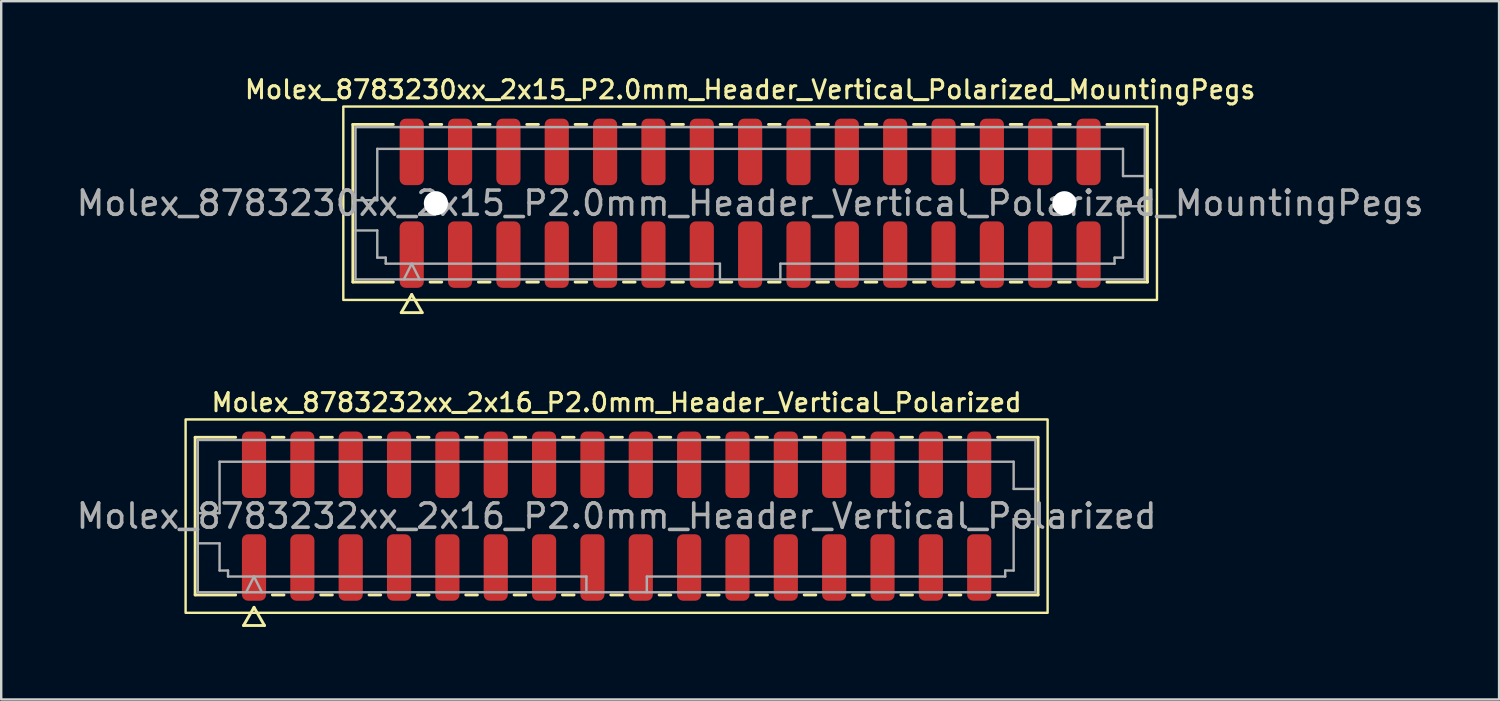
<source format=kicad_pcb>
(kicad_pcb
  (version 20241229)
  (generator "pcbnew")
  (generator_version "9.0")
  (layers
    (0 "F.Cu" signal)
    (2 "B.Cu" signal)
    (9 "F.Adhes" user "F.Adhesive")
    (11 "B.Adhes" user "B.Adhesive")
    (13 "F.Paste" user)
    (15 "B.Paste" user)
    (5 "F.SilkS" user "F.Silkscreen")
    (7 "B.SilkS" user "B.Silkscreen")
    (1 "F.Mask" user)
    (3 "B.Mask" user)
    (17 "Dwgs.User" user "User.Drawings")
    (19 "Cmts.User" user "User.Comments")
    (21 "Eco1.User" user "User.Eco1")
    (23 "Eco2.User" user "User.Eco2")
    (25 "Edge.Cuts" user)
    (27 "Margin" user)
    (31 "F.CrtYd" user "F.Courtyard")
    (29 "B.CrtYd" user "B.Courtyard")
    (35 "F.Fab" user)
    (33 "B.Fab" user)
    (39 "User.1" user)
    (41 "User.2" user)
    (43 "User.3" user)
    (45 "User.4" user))
  (footprint "Molex_8783230xx_2x15_P2.0mm_Header_Vertical_Polarized_MountingPegs"
    (layer "F.Cu")
    (at 27.982 5.358)
    (property "Reference" "Molex_8783230xx_2x15_P2.0mm_Header_Vertical_Polarized_MountingPegs" (at 0 -4.7 0) (layer "F.SilkS") (effects (font (size 0.75 0.75) (thickness 0.125))))
    (attr smd)
    (fp_line (start -16.435 -3.26) (end -14.76 -3.26) (stroke (width 0.12) (type solid)) (layer "F.SilkS"))
    (fp_line (start -16.435 3.26) (end -16.435 -3.26) (stroke (width 0.12) (type solid)) (layer "F.SilkS"))
    (fp_line (start -14.76 3.26) (end -16.435 3.26) (stroke (width 0.12) (type solid)) (layer "F.SilkS"))
    (fp_line (start -14.433 4.525) (end -14 3.775) (stroke (width 0.12) (type solid)) (layer "F.SilkS"))
    (fp_line (start -14 3.775) (end -13.567 4.525) (stroke (width 0.12) (type solid)) (layer "F.SilkS"))
    (fp_line (start -13.567 4.525) (end -14.433 4.525) (stroke (width 0.12) (type solid)) (layer "F.SilkS"))
    (fp_line (start -13.24 -3.26) (end -12.76 -3.26) (stroke (width 0.12) (type solid)) (layer "F.SilkS"))
    (fp_line (start -12.76 3.26) (end -13.24 3.26) (stroke (width 0.12) (type solid)) (layer "F.SilkS"))
    (fp_line (start -11.24 -3.26) (end -10.76 -3.26) (stroke (width 0.12) (type solid)) (layer "F.SilkS"))
    (fp_line (start -10.76 3.26) (end -11.24 3.26) (stroke (width 0.12) (type solid)) (layer "F.SilkS"))
    (fp_line (start -9.24 -3.26) (end -8.76 -3.26) (stroke (width 0.12) (type solid)) (layer "F.SilkS"))
    (fp_line (start -8.76 3.26) (end -9.24 3.26) (stroke (width 0.12) (type solid)) (layer "F.SilkS"))
    (fp_line (start -7.24 -3.26) (end -6.76 -3.26) (stroke (width 0.12) (type solid)) (layer "F.SilkS"))
    (fp_line (start -6.76 3.26) (end -7.24 3.26) (stroke (width 0.12) (type solid)) (layer "F.SilkS"))
    (fp_line (start -5.24 -3.26) (end -4.76 -3.26) (stroke (width 0.12) (type solid)) (layer "F.SilkS"))
    (fp_line (start -4.76 3.26) (end -5.24 3.26) (stroke (width 0.12) (type solid)) (layer "F.SilkS"))
    (fp_line (start -3.24 -3.26) (end -2.76 -3.26) (stroke (width 0.12) (type solid)) (layer "F.SilkS"))
    (fp_line (start -2.76 3.26) (end -3.24 3.26) (stroke (width 0.12) (type solid)) (layer "F.SilkS"))
    (fp_line (start -1.24 -3.26) (end -0.76 -3.26) (stroke (width 0.12) (type solid)) (layer "F.SilkS"))
    (fp_line (start -0.76 3.26) (end -1.24 3.26) (stroke (width 0.12) (type solid)) (layer "F.SilkS"))
    (fp_line (start 0.76 -3.26) (end 1.24 -3.26) (stroke (width 0.12) (type solid)) (layer "F.SilkS"))
    (fp_line (start 1.24 3.26) (end 0.76 3.26) (stroke (width 0.12) (type solid)) (layer "F.SilkS"))
    (fp_line (start 2.76 -3.26) (end 3.24 -3.26) (stroke (width 0.12) (type solid)) (layer "F.SilkS"))
    (fp_line (start 3.24 3.26) (end 2.76 3.26) (stroke (width 0.12) (type solid)) (layer "F.SilkS"))
    (fp_line (start 4.76 -3.26) (end 5.24 -3.26) (stroke (width 0.12) (type solid)) (layer "F.SilkS"))
    (fp_line (start 5.24 3.26) (end 4.76 3.26) (stroke (width 0.12) (type solid)) (layer "F.SilkS"))
    (fp_line (start 6.76 -3.26) (end 7.24 -3.26) (stroke (width 0.12) (type solid)) (layer "F.SilkS"))
    (fp_line (start 7.24 3.26) (end 6.76 3.26) (stroke (width 0.12) (type solid)) (layer "F.SilkS"))
    (fp_line (start 8.76 -3.26) (end 9.24 -3.26) (stroke (width 0.12) (type solid)) (layer "F.SilkS"))
    (fp_line (start 9.24 3.26) (end 8.76 3.26) (stroke (width 0.12) (type solid)) (layer "F.SilkS"))
    (fp_line (start 10.76 -3.26) (end 11.24 -3.26) (stroke (width 0.12) (type solid)) (layer "F.SilkS"))
    (fp_line (start 11.24 3.26) (end 10.76 3.26) (stroke (width 0.12) (type solid)) (layer "F.SilkS"))
    (fp_line (start 12.76 -3.26) (end 13.24 -3.26) (stroke (width 0.12) (type solid)) (layer "F.SilkS"))
    (fp_line (start 13.24 3.26) (end 12.76 3.26) (stroke (width 0.12) (type solid)) (layer "F.SilkS"))
    (fp_line (start 14.76 -3.26) (end 16.435 -3.26) (stroke (width 0.12) (type solid)) (layer "F.SilkS"))
    (fp_line (start 16.435 -3.26) (end 16.435 3.26) (stroke (width 0.12) (type solid)) (layer "F.SilkS"))
    (fp_line (start 16.435 3.26) (end 14.76 3.26) (stroke (width 0.12) (type solid)) (layer "F.SilkS"))
    (fp_rect (start -16.83 -4) (end 16.83 4) (stroke (width 0.1) (type solid)) (fill no) (layer "F.SilkS"))
    (fp_line (start -16.325 -3.15) (end 16.325 -3.15) (stroke (width 0.1) (type solid)) (layer "F.Fab"))
    (fp_line (start -16.325 -0.125) (end -15.425 -0.125) (stroke (width 0.1) (type solid)) (layer "F.Fab"))
    (fp_line (start -16.325 1.125) (end -15.425 1.125) (stroke (width 0.1) (type solid)) (layer "F.Fab"))
    (fp_line (start -16.325 3.15) (end -16.325 -3.15) (stroke (width 0.1) (type solid)) (layer "F.Fab"))
    (fp_line (start -15.425 -2.25) (end 15.425 -2.25) (stroke (width 0.1) (type solid)) (layer "F.Fab"))
    (fp_line (start -15.425 -0.125) (end -15.425 -2.25) (stroke (width 0.1) (type solid)) (layer "F.Fab"))
    (fp_line (start -15.425 1.125) (end -15.425 2.25) (stroke (width 0.1) (type solid)) (layer "F.Fab"))
    (fp_line (start -15.425 2.25) (end -15.075 2.25) (stroke (width 0.1) (type solid)) (layer "F.Fab"))
    (fp_line (start -15.075 2.25) (end -15.075 2.5) (stroke (width 0.1) (type solid)) (layer "F.Fab"))
    (fp_line (start -15.075 2.5) (end -1.25 2.5) (stroke (width 0.1) (type solid)) (layer "F.Fab"))
    (fp_line (start -14.325 3.15) (end -14 2.5) (stroke (width 0.1) (type solid)) (layer "F.Fab"))
    (fp_line (start -14 2.5) (end -13.675 3.15) (stroke (width 0.1) (type solid)) (layer "F.Fab"))
    (fp_line (start -1.25 2.5) (end -1.25 3.15) (stroke (width 0.1) (type solid)) (layer "F.Fab"))
    (fp_line (start 1.25 2.5) (end 1.25 3.15) (stroke (width 0.1) (type solid)) (layer "F.Fab"))
    (fp_line (start 1.25 2.5) (end 15.075 2.5) (stroke (width 0.1) (type solid)) (layer "F.Fab"))
    (fp_line (start 15.075 2.25) (end 15.425 2.25) (stroke (width 0.1) (type solid)) (layer "F.Fab"))
    (fp_line (start 15.075 2.5) (end 15.075 2.25) (stroke (width 0.1) (type solid)) (layer "F.Fab"))
    (fp_line (start 15.425 -2.25) (end 15.425 -1.125) (stroke (width 0.1) (type solid)) (layer "F.Fab"))
    (fp_line (start 15.425 -1.125) (end 16.325 -1.125) (stroke (width 0.1) (type solid)) (layer "F.Fab"))
    (fp_line (start 15.425 0.125) (end 16.325 0.125) (stroke (width 0.1) (type solid)) (layer "F.Fab"))
    (fp_line (start 15.425 2.25) (end 15.425 0.125) (stroke (width 0.1) (type solid)) (layer "F.Fab"))
    (fp_line (start 16.325 -3.15) (end 16.325 3.15) (stroke (width 0.1) (type solid)) (layer "F.Fab"))
    (fp_line (start 16.325 3.15) (end -16.325 3.15) (stroke (width 0.1) (type solid)) (layer "F.Fab"))
    (fp_text user "${REFERENCE}" (at 0 0 0) (layer "F.Fab") (effects (font (size 1 1) (thickness 0.15))))
    (pad "" np_thru_hole circle (at -13 0) (size 1 1) (drill 1) (layers "*.Cu" "*.Mask"))
    (pad "" np_thru_hole circle (at 13 0) (size 1 1) (drill 1) (layers "*.Cu" "*.Mask"))
    (pad "1" smd roundrect (at -14 2.125) (size 1 2.75) (layers "F.Cu" "F.Mask" "F.Paste") (roundrect_rratio 0.25))
    (pad "2" smd roundrect (at -14 -2.125) (size 1 2.75) (layers "F.Cu" "F.Mask" "F.Paste") (roundrect_rratio 0.25))
    (pad "3" smd roundrect (at -12 2.125) (size 1 2.75) (layers "F.Cu" "F.Mask" "F.Paste") (roundrect_rratio 0.25))
    (pad "4" smd roundrect (at -12 -2.125) (size 1 2.75) (layers "F.Cu" "F.Mask" "F.Paste") (roundrect_rratio 0.25))
    (pad "5" smd roundrect (at -10 2.125) (size 1 2.75) (layers "F.Cu" "F.Mask" "F.Paste") (roundrect_rratio 0.25))
    (pad "6" smd roundrect (at -10 -2.125) (size 1 2.75) (layers "F.Cu" "F.Mask" "F.Paste") (roundrect_rratio 0.25))
    (pad "7" smd roundrect (at -8 2.125) (size 1 2.75) (layers "F.Cu" "F.Mask" "F.Paste") (roundrect_rratio 0.25))
    (pad "8" smd roundrect (at -8 -2.125) (size 1 2.75) (layers "F.Cu" "F.Mask" "F.Paste") (roundrect_rratio 0.25))
    (pad "9" smd roundrect (at -6 2.125) (size 1 2.75) (layers "F.Cu" "F.Mask" "F.Paste") (roundrect_rratio 0.25))
    (pad "10" smd roundrect (at -6 -2.125) (size 1 2.75) (layers "F.Cu" "F.Mask" "F.Paste") (roundrect_rratio 0.25))
    (pad "11" smd roundrect (at -4 2.125) (size 1 2.75) (layers "F.Cu" "F.Mask" "F.Paste") (roundrect_rratio 0.25))
    (pad "12" smd roundrect (at -4 -2.125) (size 1 2.75) (layers "F.Cu" "F.Mask" "F.Paste") (roundrect_rratio 0.25))
    (pad "13" smd roundrect (at -2 2.125) (size 1 2.75) (layers "F.Cu" "F.Mask" "F.Paste") (roundrect_rratio 0.25))
    (pad "14" smd roundrect (at -2 -2.125) (size 1 2.75) (layers "F.Cu" "F.Mask" "F.Paste") (roundrect_rratio 0.25))
    (pad "15" smd roundrect (at 0 2.125) (size 1 2.75) (layers "F.Cu" "F.Mask" "F.Paste") (roundrect_rratio 0.25))
    (pad "16" smd roundrect (at 0 -2.125) (size 1 2.75) (layers "F.Cu" "F.Mask" "F.Paste") (roundrect_rratio 0.25))
    (pad "17" smd roundrect (at 2 2.125) (size 1 2.75) (layers "F.Cu" "F.Mask" "F.Paste") (roundrect_rratio 0.25))
    (pad "18" smd roundrect (at 2 -2.125) (size 1 2.75) (layers "F.Cu" "F.Mask" "F.Paste") (roundrect_rratio 0.25))
    (pad "19" smd roundrect (at 4 2.125) (size 1 2.75) (layers "F.Cu" "F.Mask" "F.Paste") (roundrect_rratio 0.25))
    (pad "20" smd roundrect (at 4 -2.125) (size 1 2.75) (layers "F.Cu" "F.Mask" "F.Paste") (roundrect_rratio 0.25))
    (pad "21" smd roundrect (at 6 2.125) (size 1 2.75) (layers "F.Cu" "F.Mask" "F.Paste") (roundrect_rratio 0.25))
    (pad "22" smd roundrect (at 6 -2.125) (size 1 2.75) (layers "F.Cu" "F.Mask" "F.Paste") (roundrect_rratio 0.25))
    (pad "23" smd roundrect (at 8 2.125) (size 1 2.75) (layers "F.Cu" "F.Mask" "F.Paste") (roundrect_rratio 0.25))
    (pad "24" smd roundrect (at 8 -2.125) (size 1 2.75) (layers "F.Cu" "F.Mask" "F.Paste") (roundrect_rratio 0.25))
    (pad "25" smd roundrect (at 10 2.125) (size 1 2.75) (layers "F.Cu" "F.Mask" "F.Paste") (roundrect_rratio 0.25))
    (pad "26" smd roundrect (at 10 -2.125) (size 1 2.75) (layers "F.Cu" "F.Mask" "F.Paste") (roundrect_rratio 0.25))
    (pad "27" smd roundrect (at 12 2.125) (size 1 2.75) (layers "F.Cu" "F.Mask" "F.Paste") (roundrect_rratio 0.25))
    (pad "28" smd roundrect (at 12 -2.125) (size 1 2.75) (layers "F.Cu" "F.Mask" "F.Paste") (roundrect_rratio 0.25))
    (pad "29" smd roundrect (at 14 2.125) (size 1 2.75) (layers "F.Cu" "F.Mask" "F.Paste") (roundrect_rratio 0.25))
    (pad "30" smd roundrect (at 14 -2.125) (size 1 2.75) (layers "F.Cu" "F.Mask" "F.Paste") (roundrect_rratio 0.25)))
  (footprint "Molex_8783232xx_2x16_P2.0mm_Header_Vertical_Polarized"
    (layer "F.Cu")
    (at 22.458 18.301)
    (property "Reference" "Molex_8783232xx_2x16_P2.0mm_Header_Vertical_Polarized" (at 0 -4.7 0) (layer "F.SilkS") (effects (font (size 0.75 0.75) (thickness 0.125))))
    (attr smd)
    (fp_line (start -17.435 -3.26) (end -15.76 -3.26) (stroke (width 0.12) (type solid)) (layer "F.SilkS"))
    (fp_line (start -17.435 3.26) (end -17.435 -3.26) (stroke (width 0.12) (type solid)) (layer "F.SilkS"))
    (fp_line (start -15.76 3.26) (end -17.435 3.26) (stroke (width 0.12) (type solid)) (layer "F.SilkS"))
    (fp_line (start -15.433 4.525) (end -15 3.775) (stroke (width 0.12) (type solid)) (layer "F.SilkS"))
    (fp_line (start -15 3.775) (end -14.567 4.525) (stroke (width 0.12) (type solid)) (layer "F.SilkS"))
    (fp_line (start -14.567 4.525) (end -15.433 4.525) (stroke (width 0.12) (type solid)) (layer "F.SilkS"))
    (fp_line (start -14.24 -3.26) (end -13.76 -3.26) (stroke (width 0.12) (type solid)) (layer "F.SilkS"))
    (fp_line (start -13.76 3.26) (end -14.24 3.26) (stroke (width 0.12) (type solid)) (layer "F.SilkS"))
    (fp_line (start -12.24 -3.26) (end -11.76 -3.26) (stroke (width 0.12) (type solid)) (layer "F.SilkS"))
    (fp_line (start -11.76 3.26) (end -12.24 3.26) (stroke (width 0.12) (type solid)) (layer "F.SilkS"))
    (fp_line (start -10.24 -3.26) (end -9.76 -3.26) (stroke (width 0.12) (type solid)) (layer "F.SilkS"))
    (fp_line (start -9.76 3.26) (end -10.24 3.26) (stroke (width 0.12) (type solid)) (layer "F.SilkS"))
    (fp_line (start -8.24 -3.26) (end -7.76 -3.26) (stroke (width 0.12) (type solid)) (layer "F.SilkS"))
    (fp_line (start -7.76 3.26) (end -8.24 3.26) (stroke (width 0.12) (type solid)) (layer "F.SilkS"))
    (fp_line (start -6.24 -3.26) (end -5.76 -3.26) (stroke (width 0.12) (type solid)) (layer "F.SilkS"))
    (fp_line (start -5.76 3.26) (end -6.24 3.26) (stroke (width 0.12) (type solid)) (layer "F.SilkS"))
    (fp_line (start -4.24 -3.26) (end -3.76 -3.26) (stroke (width 0.12) (type solid)) (layer "F.SilkS"))
    (fp_line (start -3.76 3.26) (end -4.24 3.26) (stroke (width 0.12) (type solid)) (layer "F.SilkS"))
    (fp_line (start -2.24 -3.26) (end -1.76 -3.26) (stroke (width 0.12) (type solid)) (layer "F.SilkS"))
    (fp_line (start -1.76 3.26) (end -2.24 3.26) (stroke (width 0.12) (type solid)) (layer "F.SilkS"))
    (fp_line (start -0.24 -3.26) (end 0.24 -3.26) (stroke (width 0.12) (type solid)) (layer "F.SilkS"))
    (fp_line (start 0.24 3.26) (end -0.24 3.26) (stroke (width 0.12) (type solid)) (layer "F.SilkS"))
    (fp_line (start 1.76 -3.26) (end 2.24 -3.26) (stroke (width 0.12) (type solid)) (layer "F.SilkS"))
    (fp_line (start 2.24 3.26) (end 1.76 3.26) (stroke (width 0.12) (type solid)) (layer "F.SilkS"))
    (fp_line (start 3.76 -3.26) (end 4.24 -3.26) (stroke (width 0.12) (type solid)) (layer "F.SilkS"))
    (fp_line (start 4.24 3.26) (end 3.76 3.26) (stroke (width 0.12) (type solid)) (layer "F.SilkS"))
    (fp_line (start 5.76 -3.26) (end 6.24 -3.26) (stroke (width 0.12) (type solid)) (layer "F.SilkS"))
    (fp_line (start 6.24 3.26) (end 5.76 3.26) (stroke (width 0.12) (type solid)) (layer "F.SilkS"))
    (fp_line (start 7.76 -3.26) (end 8.24 -3.26) (stroke (width 0.12) (type solid)) (layer "F.SilkS"))
    (fp_line (start 8.24 3.26) (end 7.76 3.26) (stroke (width 0.12) (type solid)) (layer "F.SilkS"))
    (fp_line (start 9.76 -3.26) (end 10.24 -3.26) (stroke (width 0.12) (type solid)) (layer "F.SilkS"))
    (fp_line (start 10.24 3.26) (end 9.76 3.26) (stroke (width 0.12) (type solid)) (layer "F.SilkS"))
    (fp_line (start 11.76 -3.26) (end 12.24 -3.26) (stroke (width 0.12) (type solid)) (layer "F.SilkS"))
    (fp_line (start 12.24 3.26) (end 11.76 3.26) (stroke (width 0.12) (type solid)) (layer "F.SilkS"))
    (fp_line (start 13.76 -3.26) (end 14.24 -3.26) (stroke (width 0.12) (type solid)) (layer "F.SilkS"))
    (fp_line (start 14.24 3.26) (end 13.76 3.26) (stroke (width 0.12) (type solid)) (layer "F.SilkS"))
    (fp_line (start 15.76 -3.26) (end 17.435 -3.26) (stroke (width 0.12) (type solid)) (layer "F.SilkS"))
    (fp_line (start 17.435 -3.26) (end 17.435 3.26) (stroke (width 0.12) (type solid)) (layer "F.SilkS"))
    (fp_line (start 17.435 3.26) (end 15.76 3.26) (stroke (width 0.12) (type solid)) (layer "F.SilkS"))
    (fp_rect (start -17.83 -4) (end 17.83 4) (stroke (width 0.1) (type solid)) (fill no) (layer "F.SilkS"))
    (fp_line (start -17.325 -3.15) (end 17.325 -3.15) (stroke (width 0.1) (type solid)) (layer "F.Fab"))
    (fp_line (start -17.325 -0.125) (end -16.425 -0.125) (stroke (width 0.1) (type solid)) (layer "F.Fab"))
    (fp_line (start -17.325 1.125) (end -16.425 1.125) (stroke (width 0.1) (type solid)) (layer "F.Fab"))
    (fp_line (start -17.325 3.15) (end -17.325 -3.15) (stroke (width 0.1) (type solid)) (layer "F.Fab"))
    (fp_line (start -16.425 -2.25) (end 16.425 -2.25) (stroke (width 0.1) (type solid)) (layer "F.Fab"))
    (fp_line (start -16.425 -0.125) (end -16.425 -2.25) (stroke (width 0.1) (type solid)) (layer "F.Fab"))
    (fp_line (start -16.425 1.125) (end -16.425 2.25) (stroke (width 0.1) (type solid)) (layer "F.Fab"))
    (fp_line (start -16.425 2.25) (end -16.075 2.25) (stroke (width 0.1) (type solid)) (layer "F.Fab"))
    (fp_line (start -16.075 2.25) (end -16.075 2.5) (stroke (width 0.1) (type solid)) (layer "F.Fab"))
    (fp_line (start -16.075 2.5) (end -1.25 2.5) (stroke (width 0.1) (type solid)) (layer "F.Fab"))
    (fp_line (start -15.325 3.15) (end -15 2.5) (stroke (width 0.1) (type solid)) (layer "F.Fab"))
    (fp_line (start -15 2.5) (end -14.675 3.15) (stroke (width 0.1) (type solid)) (layer "F.Fab"))
    (fp_line (start -1.25 2.5) (end -1.25 3.15) (stroke (width 0.1) (type solid)) (layer "F.Fab"))
    (fp_line (start 1.25 2.5) (end 1.25 3.15) (stroke (width 0.1) (type solid)) (layer "F.Fab"))
    (fp_line (start 1.25 2.5) (end 16.075 2.5) (stroke (width 0.1) (type solid)) (layer "F.Fab"))
    (fp_line (start 16.075 2.25) (end 16.425 2.25) (stroke (width 0.1) (type solid)) (layer "F.Fab"))
    (fp_line (start 16.075 2.5) (end 16.075 2.25) (stroke (width 0.1) (type solid)) (layer "F.Fab"))
    (fp_line (start 16.425 -2.25) (end 16.425 -1.125) (stroke (width 0.1) (type solid)) (layer "F.Fab"))
    (fp_line (start 16.425 -1.125) (end 17.325 -1.125) (stroke (width 0.1) (type solid)) (layer "F.Fab"))
    (fp_line (start 16.425 0.125) (end 17.325 0.125) (stroke (width 0.1) (type solid)) (layer "F.Fab"))
    (fp_line (start 16.425 2.25) (end 16.425 0.125) (stroke (width 0.1) (type solid)) (layer "F.Fab"))
    (fp_line (start 17.325 -3.15) (end 17.325 3.15) (stroke (width 0.1) (type solid)) (layer "F.Fab"))
    (fp_line (start 17.325 3.15) (end -17.325 3.15) (stroke (width 0.1) (type solid)) (layer "F.Fab"))
    (fp_text user "${REFERENCE}" (at 0 0 0) (layer "F.Fab") (effects (font (size 1 1) (thickness 0.15))))
    (pad "1" smd roundrect (at -15 2.125) (size 1 2.75) (layers "F.Cu" "F.Mask" "F.Paste") (roundrect_rratio 0.25))
    (pad "2" smd roundrect (at -15 -2.125) (size 1 2.75) (layers "F.Cu" "F.Mask" "F.Paste") (roundrect_rratio 0.25))
    (pad "3" smd roundrect (at -13 2.125) (size 1 2.75) (layers "F.Cu" "F.Mask" "F.Paste") (roundrect_rratio 0.25))
    (pad "4" smd roundrect (at -13 -2.125) (size 1 2.75) (layers "F.Cu" "F.Mask" "F.Paste") (roundrect_rratio 0.25))
    (pad "5" smd roundrect (at -11 2.125) (size 1 2.75) (layers "F.Cu" "F.Mask" "F.Paste") (roundrect_rratio 0.25))
    (pad "6" smd roundrect (at -11 -2.125) (size 1 2.75) (layers "F.Cu" "F.Mask" "F.Paste") (roundrect_rratio 0.25))
    (pad "7" smd roundrect (at -9 2.125) (size 1 2.75) (layers "F.Cu" "F.Mask" "F.Paste") (roundrect_rratio 0.25))
    (pad "8" smd roundrect (at -9 -2.125) (size 1 2.75) (layers "F.Cu" "F.Mask" "F.Paste") (roundrect_rratio 0.25))
    (pad "9" smd roundrect (at -7 2.125) (size 1 2.75) (layers "F.Cu" "F.Mask" "F.Paste") (roundrect_rratio 0.25))
    (pad "10" smd roundrect (at -7 -2.125) (size 1 2.75) (layers "F.Cu" "F.Mask" "F.Paste") (roundrect_rratio 0.25))
    (pad "11" smd roundrect (at -5 2.125) (size 1 2.75) (layers "F.Cu" "F.Mask" "F.Paste") (roundrect_rratio 0.25))
    (pad "12" smd roundrect (at -5 -2.125) (size 1 2.75) (layers "F.Cu" "F.Mask" "F.Paste") (roundrect_rratio 0.25))
    (pad "13" smd roundrect (at -3 2.125) (size 1 2.75) (layers "F.Cu" "F.Mask" "F.Paste") (roundrect_rratio 0.25))
    (pad "14" smd roundrect (at -3 -2.125) (size 1 2.75) (layers "F.Cu" "F.Mask" "F.Paste") (roundrect_rratio 0.25))
    (pad "15" smd roundrect (at -1 2.125) (size 1 2.75) (layers "F.Cu" "F.Mask" "F.Paste") (roundrect_rratio 0.25))
    (pad "16" smd roundrect (at -1 -2.125) (size 1 2.75) (layers "F.Cu" "F.Mask" "F.Paste") (roundrect_rratio 0.25))
    (pad "17" smd roundrect (at 1 2.125) (size 1 2.75) (layers "F.Cu" "F.Mask" "F.Paste") (roundrect_rratio 0.25))
    (pad "18" smd roundrect (at 1 -2.125) (size 1 2.75) (layers "F.Cu" "F.Mask" "F.Paste") (roundrect_rratio 0.25))
    (pad "19" smd roundrect (at 3 2.125) (size 1 2.75) (layers "F.Cu" "F.Mask" "F.Paste") (roundrect_rratio 0.25))
    (pad "20" smd roundrect (at 3 -2.125) (size 1 2.75) (layers "F.Cu" "F.Mask" "F.Paste") (roundrect_rratio 0.25))
    (pad "21" smd roundrect (at 5 2.125) (size 1 2.75) (layers "F.Cu" "F.Mask" "F.Paste") (roundrect_rratio 0.25))
    (pad "22" smd roundrect (at 5 -2.125) (size 1 2.75) (layers "F.Cu" "F.Mask" "F.Paste") (roundrect_rratio 0.25))
    (pad "23" smd roundrect (at 7 2.125) (size 1 2.75) (layers "F.Cu" "F.Mask" "F.Paste") (roundrect_rratio 0.25))
    (pad "24" smd roundrect (at 7 -2.125) (size 1 2.75) (layers "F.Cu" "F.Mask" "F.Paste") (roundrect_rratio 0.25))
    (pad "25" smd roundrect (at 9 2.125) (size 1 2.75) (layers "F.Cu" "F.Mask" "F.Paste") (roundrect_rratio 0.25))
    (pad "26" smd roundrect (at 9 -2.125) (size 1 2.75) (layers "F.Cu" "F.Mask" "F.Paste") (roundrect_rratio 0.25))
    (pad "27" smd roundrect (at 11 2.125) (size 1 2.75) (layers "F.Cu" "F.Mask" "F.Paste") (roundrect_rratio 0.25))
    (pad "28" smd roundrect (at 11 -2.125) (size 1 2.75) (layers "F.Cu" "F.Mask" "F.Paste") (roundrect_rratio 0.25))
    (pad "29" smd roundrect (at 13 2.125) (size 1 2.75) (layers "F.Cu" "F.Mask" "F.Paste") (roundrect_rratio 0.25))
    (pad "30" smd roundrect (at 13 -2.125) (size 1 2.75) (layers "F.Cu" "F.Mask" "F.Paste") (roundrect_rratio 0.25))
    (pad "31" smd roundrect (at 15 2.125) (size 1 2.75) (layers "F.Cu" "F.Mask" "F.Paste") (roundrect_rratio 0.25))
    (pad "32" smd roundrect (at 15 -2.125) (size 1 2.75) (layers "F.Cu" "F.Mask" "F.Paste") (roundrect_rratio 0.25)))
  (gr_rect
    (start -3 -3)
    (end 58.964 25.886)
    (stroke (width 0.1) (type default))
    (fill no)
    (layer "Edge.Cuts")))
</source>
